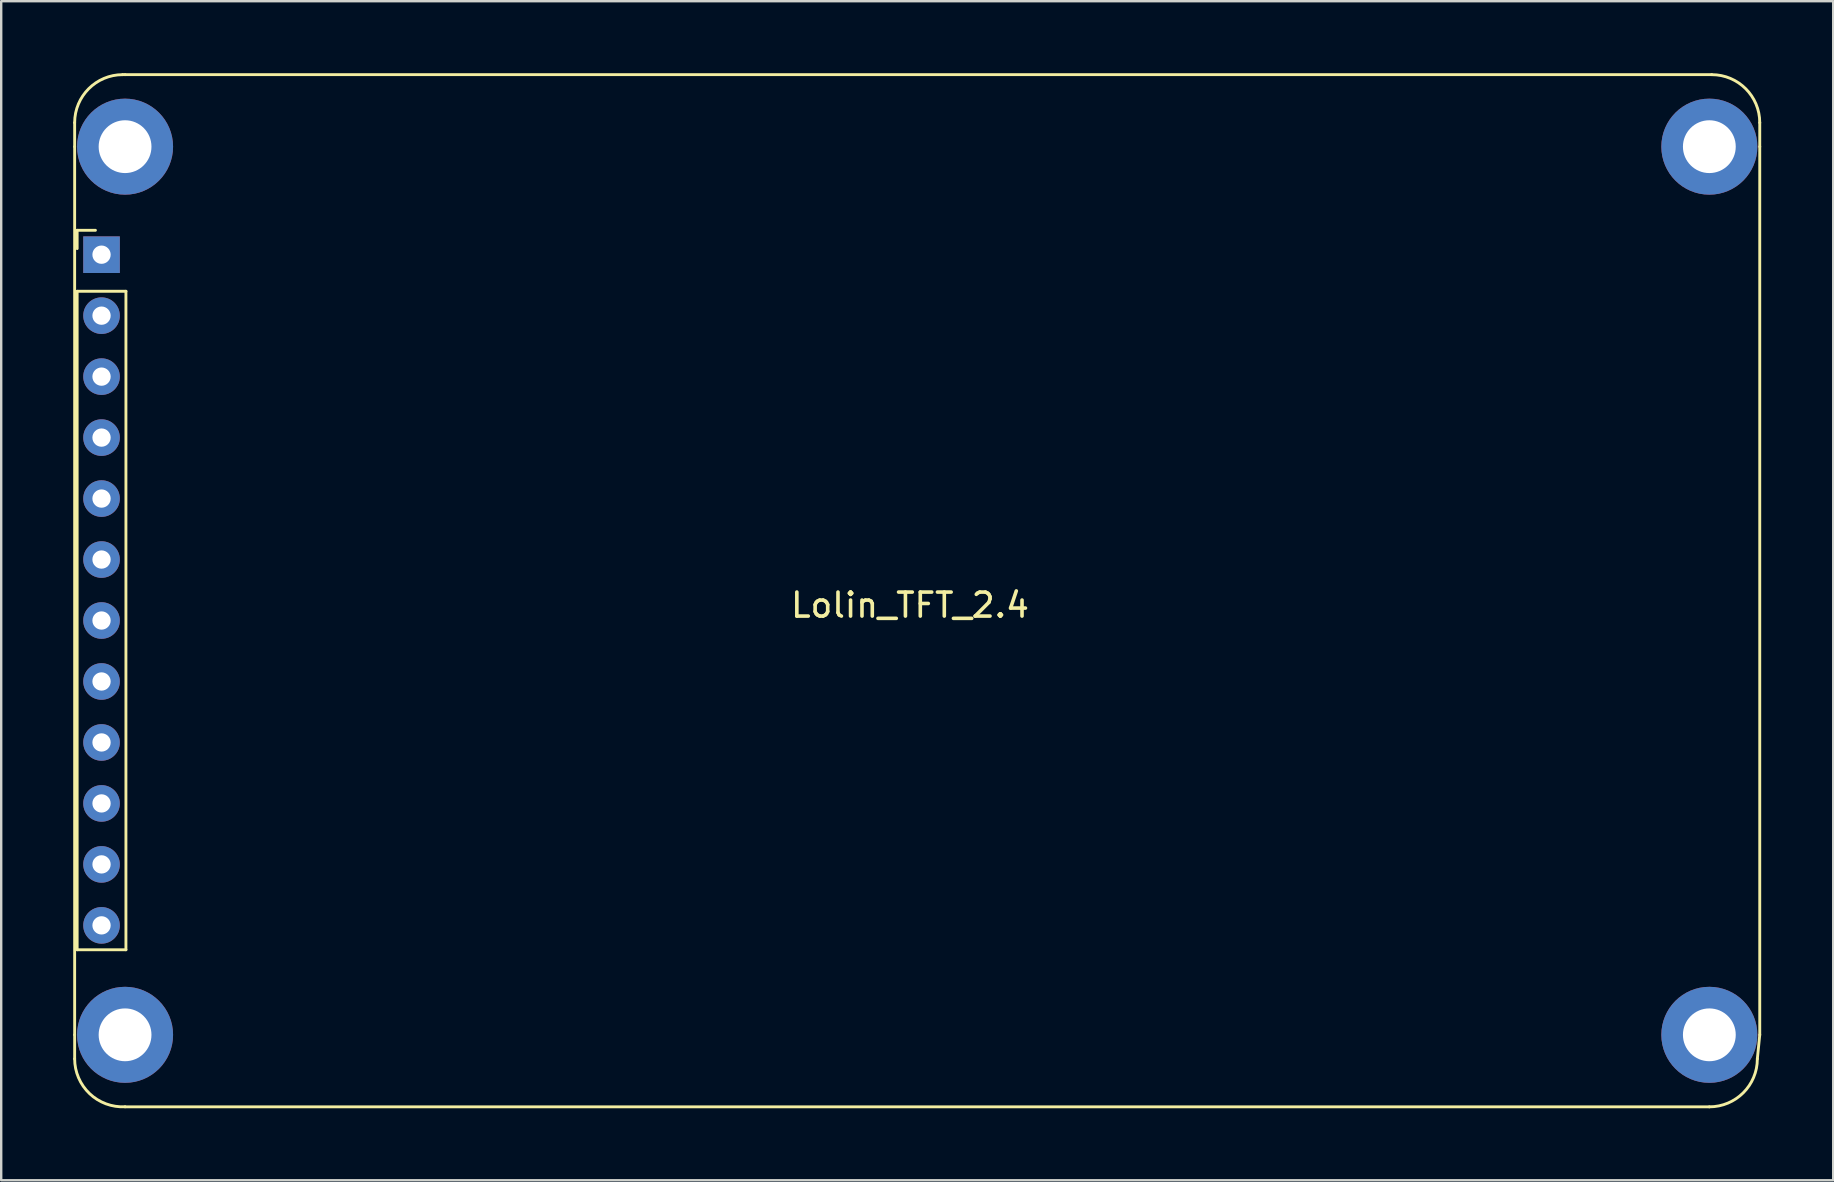
<source format=kicad_pcb>
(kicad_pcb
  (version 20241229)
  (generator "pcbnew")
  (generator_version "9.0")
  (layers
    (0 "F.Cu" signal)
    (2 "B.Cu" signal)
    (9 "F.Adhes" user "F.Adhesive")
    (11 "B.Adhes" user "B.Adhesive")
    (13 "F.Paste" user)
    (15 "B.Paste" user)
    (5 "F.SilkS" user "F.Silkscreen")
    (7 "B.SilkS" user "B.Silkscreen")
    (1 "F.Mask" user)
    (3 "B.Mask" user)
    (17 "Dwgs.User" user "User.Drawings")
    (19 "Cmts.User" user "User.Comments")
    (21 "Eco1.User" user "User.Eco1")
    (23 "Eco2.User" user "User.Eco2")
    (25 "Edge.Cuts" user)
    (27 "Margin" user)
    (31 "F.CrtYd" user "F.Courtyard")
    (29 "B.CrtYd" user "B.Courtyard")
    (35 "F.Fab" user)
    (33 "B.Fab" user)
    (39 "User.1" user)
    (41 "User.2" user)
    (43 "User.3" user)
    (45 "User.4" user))
  (footprint "Lolin_TFT_2.4"
    (layer "F.Cu")
    (at 34.86 21.66)
    (property "Reference" "Lolin_TFT_2.4" (at 0 0.5 0) (layer "F.SilkS") (effects (font (size 1 1) (thickness 0.15))))
    (attr through_hole)
    (fp_line (start -34.8 -19.6) (end -34.8 -18.6) (stroke (width 0.12) (type solid)) (layer "F.SilkS"))
    (fp_line (start -34.8 -18.6) (end -34.8 18.4) (stroke (width 0.12) (type solid)) (layer "F.SilkS"))
    (fp_line (start -34.8 18.4) (end -34.8 19.4) (stroke (width 0.12) (type solid)) (layer "F.SilkS"))
    (fp_line (start -34.696 -15.116) (end -33.934 -15.116) (stroke (width 0.12) (type solid)) (layer "F.SilkS"))
    (fp_line (start -34.696 -14.354) (end -34.696 -15.116) (stroke (width 0.12) (type solid)) (layer "F.SilkS"))
    (fp_line (start -34.696 -12.576) (end -32.664 -12.576) (stroke (width 0.12) (type solid)) (layer "F.SilkS"))
    (fp_line (start -34.696 14.856) (end -34.696 -12.576) (stroke (width 0.12) (type solid)) (layer "F.SilkS"))
    (fp_line (start -32.8 -21.6) (end -32.7 -21.6) (stroke (width 0.12) (type solid)) (layer "F.SilkS"))
    (fp_line (start -32.7 -21.6) (end 33.4 -21.6) (stroke (width 0.12) (type solid)) (layer "F.SilkS"))
    (fp_line (start -32.7 21.4) (end 33.3 21.4) (stroke (width 0.12) (type solid)) (layer "F.SilkS"))
    (fp_line (start -32.664 -12.576) (end -32.664 14.856) (stroke (width 0.12) (type solid)) (layer "F.SilkS"))
    (fp_line (start -32.664 14.856) (end -34.696 14.856) (stroke (width 0.12) (type solid)) (layer "F.SilkS"))
    (fp_line (start 35.4 -19.6) (end 35.4 -18.6) (stroke (width 0.12) (type solid)) (layer "F.SilkS"))
    (fp_line (start 35.4 18.4) (end 35.3 19.4) (stroke (width 0.12) (type solid)) (layer "F.SilkS"))
    (fp_line (start 35.4 18.4) (end 35.4 -18.6) (stroke (width 0.12) (type solid)) (layer "F.SilkS"))
    (fp_arc (start -34.8 -19.6) (mid -34.214214 -21.014214) (end -32.8 -21.6) (stroke (width 0.12) (type solid)) (layer "F.SilkS"))
    (fp_arc (start -32.700125 21.397505) (mid -34.17845 20.849095) (end -34.8 19.4) (stroke (width 0.12) (type solid)) (layer "F.SilkS"))
    (fp_arc (start 33.4 -21.6) (mid 34.814214 -21.014214) (end 35.4 -19.6) (stroke (width 0.12) (type solid)) (layer "F.SilkS"))
    (fp_arc (start 35.3 19.4) (mid 34.714214 20.814214) (end 33.3 21.4) (stroke (width 0.12) (type solid)) (layer "F.SilkS"))
    (pad "1" thru_hole rect (at -33.68 -14.1) (size 1.524 1.524) (drill 0.762) (layers "*.Cu" "*.Mask"))
    (pad "2" thru_hole circle (at -33.68 -11.56) (size 1.524 1.524) (drill 0.762) (layers "*.Cu" "*.Mask"))
    (pad "3" thru_hole circle (at -33.68 -9.02) (size 1.524 1.524) (drill 0.762) (layers "*.Cu" "*.Mask"))
    (pad "4" thru_hole circle (at -33.68 -6.48) (size 1.524 1.524) (drill 0.762) (layers "*.Cu" "*.Mask"))
    (pad "5" thru_hole circle (at -33.68 -3.94) (size 1.524 1.524) (drill 0.762) (layers "*.Cu" "*.Mask"))
    (pad "6" thru_hole circle (at -33.68 -1.4) (size 1.524 1.524) (drill 0.762) (layers "*.Cu" "*.Mask"))
    (pad "7" thru_hole circle (at -33.68 1.14) (size 1.524 1.524) (drill 0.762) (layers "*.Cu" "*.Mask"))
    (pad "8" thru_hole circle (at -33.68 3.68) (size 1.524 1.524) (drill 0.762) (layers "*.Cu" "*.Mask"))
    (pad "9" thru_hole circle (at -33.68 6.22) (size 1.524 1.524) (drill 0.762) (layers "*.Cu" "*.Mask"))
    (pad "10" thru_hole circle (at -33.68 8.76) (size 1.524 1.524) (drill 0.762) (layers "*.Cu" "*.Mask"))
    (pad "11" thru_hole circle (at -33.68 11.3) (size 1.524 1.524) (drill 0.762) (layers "*.Cu" "*.Mask"))
    (pad "12" thru_hole circle (at -33.68 13.84) (size 1.524 1.524) (drill 0.762) (layers "*.Cu" "*.Mask"))
    (pad "12" thru_hole circle (at -32.7 -18.6) (size 4 4) (drill 2.2) (layers "*.Cu" "*.Mask"))
    (pad "12" thru_hole circle (at -32.7 18.4) (size 4 4) (drill 2.2) (layers "*.Cu" "*.Mask"))
    (pad "12" thru_hole circle (at 33.3 -18.6) (size 4 4) (drill 2.2) (layers "*.Cu" "*.Mask"))
    (pad "12" thru_hole circle (at 33.3 18.4) (size 4 4) (drill 2.2) (layers "*.Cu" "*.Mask")))
  (gr_rect
    (start -3 -3)
    (end 73.32 46.12)
    (stroke (width 0.1) (type default))
    (fill no)
    (layer "Edge.Cuts")))
</source>
